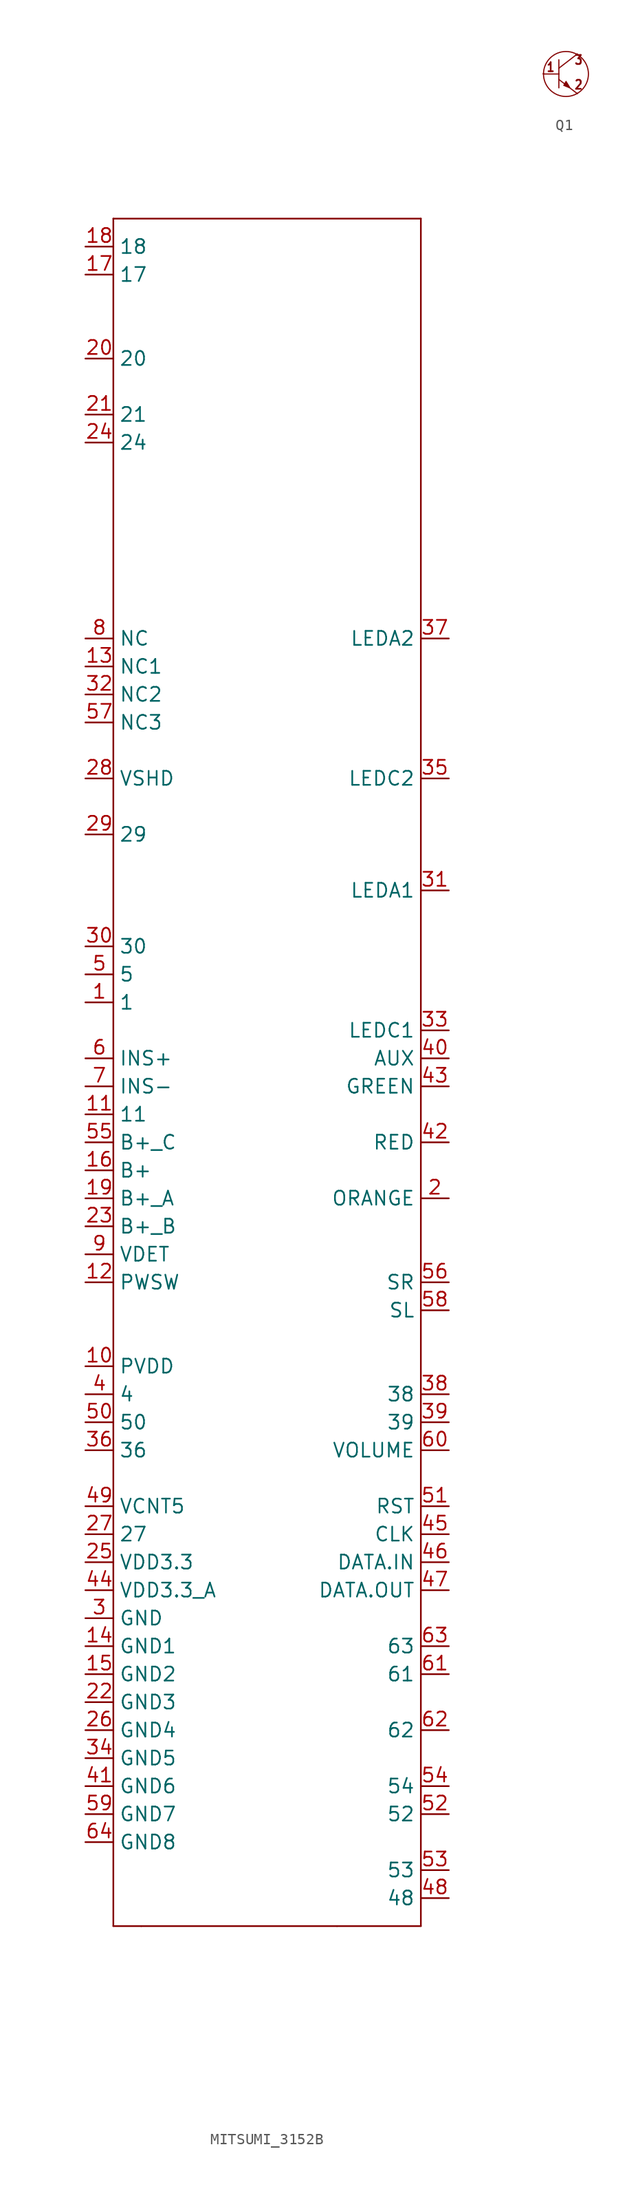
<source format=kicad_sym>
(kicad_symbol_lib
  (version 20231120)
  (generator "kicad_symbol_editor")
  (generator_version "8.0")
  (symbol "MITSUMI_3152B"
    (property "Reference" ""
      (at -12.7 73.66 0)
      (effects (font (size 1.778 1.511)) (justify left bottom) (hide yes)))
    (property "Value" ""
      (at -5.08 -83.82 0)
      (effects (font (size 1.778 1.511)) (justify left bottom)))
    (property "ki_locked" ""
      (at 0 0 0)
      (effects (font (size 1.27 1.27))))
    (symbol "MITSUMI_3152B_1_0"
      (polyline (pts (xy -15.24 -81.28) (xy -12.7 -81.28)) (stroke (width 0.152) (type solid)) (fill (type none)))
      (polyline (pts (xy -15.24 73.66) (xy -15.24 -81.28)) (stroke (width 0.152) (type solid)) (fill (type none)))
      (polyline (pts (xy -12.7 -81.28) (xy 5.08 -81.28)) (stroke (width 0.152) (type solid)) (fill (type none)))
      (polyline (pts (xy 5.08 -81.28) (xy 12.7 -81.28)) (stroke (width 0.152) (type solid)) (fill (type none)))
      (polyline (pts (xy 12.7 -81.28) (xy 12.7 73.66)) (stroke (width 0.152) (type solid)) (fill (type none)))
      (polyline (pts (xy 12.7 73.66) (xy -15.24 73.66)) (stroke (width 0.152) (type solid)) (fill (type none)))
      (pin bidirectional line (at -17.78 2.54 0) (length 2.54) (name "1" (effects (font (size 1.27 1.27)))) (number "1" (effects (font (size 1.27 1.27)))))
      (pin bidirectional line (at -17.78 -30.48 0) (length 2.54) (name "PVDD" (effects (font (size 1.27 1.27)))) (number "10" (effects (font (size 1.27 1.27)))))
      (pin bidirectional line (at -17.78 -7.62 0) (length 2.54) (name "11" (effects (font (size 1.27 1.27)))) (number "11" (effects (font (size 1.27 1.27)))))
      (pin bidirectional line (at -17.78 -22.86 0) (length 2.54) (name "PWSW" (effects (font (size 1.27 1.27)))) (number "12" (effects (font (size 1.27 1.27)))))
      (pin bidirectional line (at -17.78 33.02 0) (length 2.54) (name "NC1" (effects (font (size 1.27 1.27)))) (number "13" (effects (font (size 1.27 1.27)))))
      (pin bidirectional line (at -17.78 -55.88 0) (length 2.54) (name "GND1" (effects (font (size 1.27 1.27)))) (number "14" (effects (font (size 1.27 1.27)))))
      (pin bidirectional line (at -17.78 -58.42 0) (length 2.54) (name "GND2" (effects (font (size 1.27 1.27)))) (number "15" (effects (font (size 1.27 1.27)))))
      (pin bidirectional line (at -17.78 -12.7 0) (length 2.54) (name "B+" (effects (font (size 1.27 1.27)))) (number "16" (effects (font (size 1.27 1.27)))))
      (pin bidirectional line (at -17.78 68.58 0) (length 2.54) (name "17" (effects (font (size 1.27 1.27)))) (number "17" (effects (font (size 1.27 1.27)))))
      (pin bidirectional line (at -17.78 71.12 0) (length 2.54) (name "18" (effects (font (size 1.27 1.27)))) (number "18" (effects (font (size 1.27 1.27)))))
      (pin bidirectional line (at -17.78 -15.24 0) (length 2.54) (name "B+_A" (effects (font (size 1.27 1.27)))) (number "19" (effects (font (size 1.27 1.27)))))
      (pin bidirectional line (at 15.24 -15.24 180) (length 2.54) (name "ORANGE" (effects (font (size 1.27 1.27)))) (number "2" (effects (font (size 1.27 1.27)))))
      (pin bidirectional line (at -17.78 60.96 0) (length 2.54) (name "20" (effects (font (size 1.27 1.27)))) (number "20" (effects (font (size 1.27 1.27)))))
      (pin bidirectional line (at -17.78 55.88 0) (length 2.54) (name "21" (effects (font (size 1.27 1.27)))) (number "21" (effects (font (size 1.27 1.27)))))
      (pin bidirectional line (at -17.78 -60.96 0) (length 2.54) (name "GND3" (effects (font (size 1.27 1.27)))) (number "22" (effects (font (size 1.27 1.27)))))
      (pin bidirectional line (at -17.78 -17.78 0) (length 2.54) (name "B+_B" (effects (font (size 1.27 1.27)))) (number "23" (effects (font (size 1.27 1.27)))))
      (pin bidirectional line (at -17.78 53.34 0) (length 2.54) (name "24" (effects (font (size 1.27 1.27)))) (number "24" (effects (font (size 1.27 1.27)))))
      (pin bidirectional line (at -17.78 -48.26 0) (length 2.54) (name "VDD3.3" (effects (font (size 1.27 1.27)))) (number "25" (effects (font (size 1.27 1.27)))))
      (pin bidirectional line (at -17.78 -63.5 0) (length 2.54) (name "GND4" (effects (font (size 1.27 1.27)))) (number "26" (effects (font (size 1.27 1.27)))))
      (pin bidirectional line (at -17.78 -45.72 0) (length 2.54) (name "27" (effects (font (size 1.27 1.27)))) (number "27" (effects (font (size 1.27 1.27)))))
      (pin bidirectional line (at -17.78 22.86 0) (length 2.54) (name "VSHD" (effects (font (size 1.27 1.27)))) (number "28" (effects (font (size 1.27 1.27)))))
      (pin bidirectional line (at -17.78 17.78 0) (length 2.54) (name "29" (effects (font (size 1.27 1.27)))) (number "29" (effects (font (size 1.27 1.27)))))
      (pin bidirectional line (at -17.78 -53.34 0) (length 2.54) (name "GND" (effects (font (size 1.27 1.27)))) (number "3" (effects (font (size 1.27 1.27)))))
      (pin bidirectional line (at -17.78 7.62 0) (length 2.54) (name "30" (effects (font (size 1.27 1.27)))) (number "30" (effects (font (size 1.27 1.27)))))
      (pin bidirectional line (at 15.24 12.7 180) (length 2.54) (name "LEDA1" (effects (font (size 1.27 1.27)))) (number "31" (effects (font (size 1.27 1.27)))))
      (pin bidirectional line (at -17.78 30.48 0) (length 2.54) (name "NC2" (effects (font (size 1.27 1.27)))) (number "32" (effects (font (size 1.27 1.27)))))
      (pin bidirectional line (at 15.24 0 180) (length 2.54) (name "LEDC1" (effects (font (size 1.27 1.27)))) (number "33" (effects (font (size 1.27 1.27)))))
      (pin bidirectional line (at -17.78 -66.04 0) (length 2.54) (name "GND5" (effects (font (size 1.27 1.27)))) (number "34" (effects (font (size 1.27 1.27)))))
      (pin bidirectional line (at 15.24 22.86 180) (length 2.54) (name "LEDC2" (effects (font (size 1.27 1.27)))) (number "35" (effects (font (size 1.27 1.27)))))
      (pin bidirectional line (at -17.78 -38.1 0) (length 2.54) (name "36" (effects (font (size 1.27 1.27)))) (number "36" (effects (font (size 1.27 1.27)))))
      (pin bidirectional line (at 15.24 35.56 180) (length 2.54) (name "LEDA2" (effects (font (size 1.27 1.27)))) (number "37" (effects (font (size 1.27 1.27)))))
      (pin bidirectional line (at 15.24 -33.02 180) (length 2.54) (name "38" (effects (font (size 1.27 1.27)))) (number "38" (effects (font (size 1.27 1.27)))))
      (pin bidirectional line (at 15.24 -35.56 180) (length 2.54) (name "39" (effects (font (size 1.27 1.27)))) (number "39" (effects (font (size 1.27 1.27)))))
      (pin bidirectional line (at -17.78 -33.02 0) (length 2.54) (name "4" (effects (font (size 1.27 1.27)))) (number "4" (effects (font (size 1.27 1.27)))))
      (pin bidirectional line (at 15.24 -2.54 180) (length 2.54) (name "AUX" (effects (font (size 1.27 1.27)))) (number "40" (effects (font (size 1.27 1.27)))))
      (pin bidirectional line (at -17.78 -68.58 0) (length 2.54) (name "GND6" (effects (font (size 1.27 1.27)))) (number "41" (effects (font (size 1.27 1.27)))))
      (pin bidirectional line (at 15.24 -10.16 180) (length 2.54) (name "RED" (effects (font (size 1.27 1.27)))) (number "42" (effects (font (size 1.27 1.27)))))
      (pin bidirectional line (at 15.24 -5.08 180) (length 2.54) (name "GREEN" (effects (font (size 1.27 1.27)))) (number "43" (effects (font (size 1.27 1.27)))))
      (pin bidirectional line (at -17.78 -50.8 0) (length 2.54) (name "VDD3.3_A" (effects (font (size 1.27 1.27)))) (number "44" (effects (font (size 1.27 1.27)))))
      (pin bidirectional line (at 15.24 -45.72 180) (length 2.54) (name "CLK" (effects (font (size 1.27 1.27)))) (number "45" (effects (font (size 1.27 1.27)))))
      (pin bidirectional line (at 15.24 -48.26 180) (length 2.54) (name "DATA.IN" (effects (font (size 1.27 1.27)))) (number "46" (effects (font (size 1.27 1.27)))))
      (pin bidirectional line (at 15.24 -50.8 180) (length 2.54) (name "DATA.OUT" (effects (font (size 1.27 1.27)))) (number "47" (effects (font (size 1.27 1.27)))))
      (pin bidirectional line (at 15.24 -78.74 180) (length 2.54) (name "48" (effects (font (size 1.27 1.27)))) (number "48" (effects (font (size 1.27 1.27)))))
      (pin bidirectional line (at -17.78 -43.18 0) (length 2.54) (name "VCNT5" (effects (font (size 1.27 1.27)))) (number "49" (effects (font (size 1.27 1.27)))))
      (pin bidirectional line (at -17.78 5.08 0) (length 2.54) (name "5" (effects (font (size 1.27 1.27)))) (number "5" (effects (font (size 1.27 1.27)))))
      (pin bidirectional line (at -17.78 -35.56 0) (length 2.54) (name "50" (effects (font (size 1.27 1.27)))) (number "50" (effects (font (size 1.27 1.27)))))
      (pin bidirectional line (at 15.24 -43.18 180) (length 2.54) (name "RST" (effects (font (size 1.27 1.27)))) (number "51" (effects (font (size 1.27 1.27)))))
      (pin bidirectional line (at 15.24 -71.12 180) (length 2.54) (name "52" (effects (font (size 1.27 1.27)))) (number "52" (effects (font (size 1.27 1.27)))))
      (pin bidirectional line (at 15.24 -76.2 180) (length 2.54) (name "53" (effects (font (size 1.27 1.27)))) (number "53" (effects (font (size 1.27 1.27)))))
      (pin bidirectional line (at 15.24 -68.58 180) (length 2.54) (name "54" (effects (font (size 1.27 1.27)))) (number "54" (effects (font (size 1.27 1.27)))))
      (pin bidirectional line (at -17.78 -10.16 0) (length 2.54) (name "B+_C" (effects (font (size 1.27 1.27)))) (number "55" (effects (font (size 1.27 1.27)))))
      (pin bidirectional line (at 15.24 -22.86 180) (length 2.54) (name "SR" (effects (font (size 1.27 1.27)))) (number "56" (effects (font (size 1.27 1.27)))))
      (pin bidirectional line (at -17.78 27.94 0) (length 2.54) (name "NC3" (effects (font (size 1.27 1.27)))) (number "57" (effects (font (size 1.27 1.27)))))
      (pin bidirectional line (at 15.24 -25.4 180) (length 2.54) (name "SL" (effects (font (size 1.27 1.27)))) (number "58" (effects (font (size 1.27 1.27)))))
      (pin bidirectional line (at -17.78 -71.12 0) (length 2.54) (name "GND7" (effects (font (size 1.27 1.27)))) (number "59" (effects (font (size 1.27 1.27)))))
      (pin bidirectional line (at -17.78 -2.54 0) (length 2.54) (name "INS+" (effects (font (size 1.27 1.27)))) (number "6" (effects (font (size 1.27 1.27)))))
      (pin bidirectional line (at 15.24 -38.1 180) (length 2.54) (name "VOLUME" (effects (font (size 1.27 1.27)))) (number "60" (effects (font (size 1.27 1.27)))))
      (pin bidirectional line (at 15.24 -58.42 180) (length 2.54) (name "61" (effects (font (size 1.27 1.27)))) (number "61" (effects (font (size 1.27 1.27)))))
      (pin bidirectional line (at 15.24 -63.5 180) (length 2.54) (name "62" (effects (font (size 1.27 1.27)))) (number "62" (effects (font (size 1.27 1.27)))))
      (pin bidirectional line (at 15.24 -55.88 180) (length 2.54) (name "63" (effects (font (size 1.27 1.27)))) (number "63" (effects (font (size 1.27 1.27)))))
      (pin bidirectional line (at -17.78 -73.66 0) (length 2.54) (name "GND8" (effects (font (size 1.27 1.27)))) (number "64" (effects (font (size 1.27 1.27)))))
      (pin bidirectional line (at -17.78 -5.08 0) (length 2.54) (name "INS-" (effects (font (size 1.27 1.27)))) (number "7" (effects (font (size 1.27 1.27)))))
      (pin bidirectional line (at -17.78 35.56 0) (length 2.54) (name "NC" (effects (font (size 1.27 1.27)))) (number "8" (effects (font (size 1.27 1.27)))))
      (pin bidirectional line (at -17.78 -20.32 0) (length 2.54) (name "VDET" (effects (font (size 1.27 1.27)))) (number "9" (effects (font (size 1.27 1.27)))))))
  (symbol "Q1"
    (property "Reference" ""
      (at -1.713 2.385 0)
      (effects (font (size 1.016 0.864)) (justify left bottom) (hide yes)))
    (property "Value" ""
      (at -2.044 -2.848 0)
      (effects (font (size 1.016 0.864)) (justify left bottom)))
    (property "ki_locked" ""
      (at 0 0 0)
      (effects (font (size 1.27 1.27))))
    (symbol "Q1_1_0"
      (circle (center -0.246 0.238) (radius 2.032) (stroke (width 0.102) (type solid)) (fill (type none)))
      (polyline (pts (xy -0.889 -0.254) (xy -0.889 -1.016)) (stroke (width 0.102) (type solid)) (fill (type none)))
      (polyline (pts (xy -0.889 -0.254) (xy 0.762 -1.524)) (stroke (width 0.102) (type solid)) (fill (type none)))
      (polyline (pts (xy -0.889 0.238) (xy -2.235 0.238)) (stroke (width 0.102) (type solid)) (fill (type none)))
      (polyline (pts (xy -0.889 0.238) (xy -0.889 -0.254)) (stroke (width 0.102) (type solid)) (fill (type none)))
      (polyline (pts (xy -0.889 0.762) (xy -0.889 0.238)) (stroke (width 0.102) (type solid)) (fill (type none)))
      (polyline (pts (xy -0.889 0.762) (xy 0.762 2.032)) (stroke (width 0.102) (type solid)) (fill (type none)))
      (polyline (pts (xy -0.889 1.524) (xy -0.889 0.762)) (stroke (width 0.102) (type solid)) (fill (type none)))
      (polyline (pts (xy 0.107 -0.98) (xy -0.237 -0.416) (xy -0.456 -0.796) (xy 0.067 -1.011) (xy 0.103 -0.998)) (stroke (width 0.076) (type solid)) (fill (type outline)))
      (text "1" (at -2.058 0.379 0) (effects (font (size 0.813 0.691)) (justify left bottom)))
      (text "2" (at 0.468 -1.207 0) (effects (font (size 0.813 0.691)) (justify left bottom)))
      (text "3" (at 0.468 1.033 0) (effects (font (size 0.813 0.691)) (justify left bottom)))
      (pin bidirectional line (at -2.286 0.254 0) (length 0) (name "1" (effects (font (size 0 0)))) (number "1" (effects (font (size 0 0)))))
      (pin bidirectional line (at 0.762 -1.524 0) (length 0) (name "2" (effects (font (size 0 0)))) (number "2" (effects (font (size 0 0)))))
      (pin bidirectional line (at 0.762 2.032 0) (length 0) (name "3" (effects (font (size 0 0)))) (number "3" (effects (font (size 0 0))))))))
</source>
